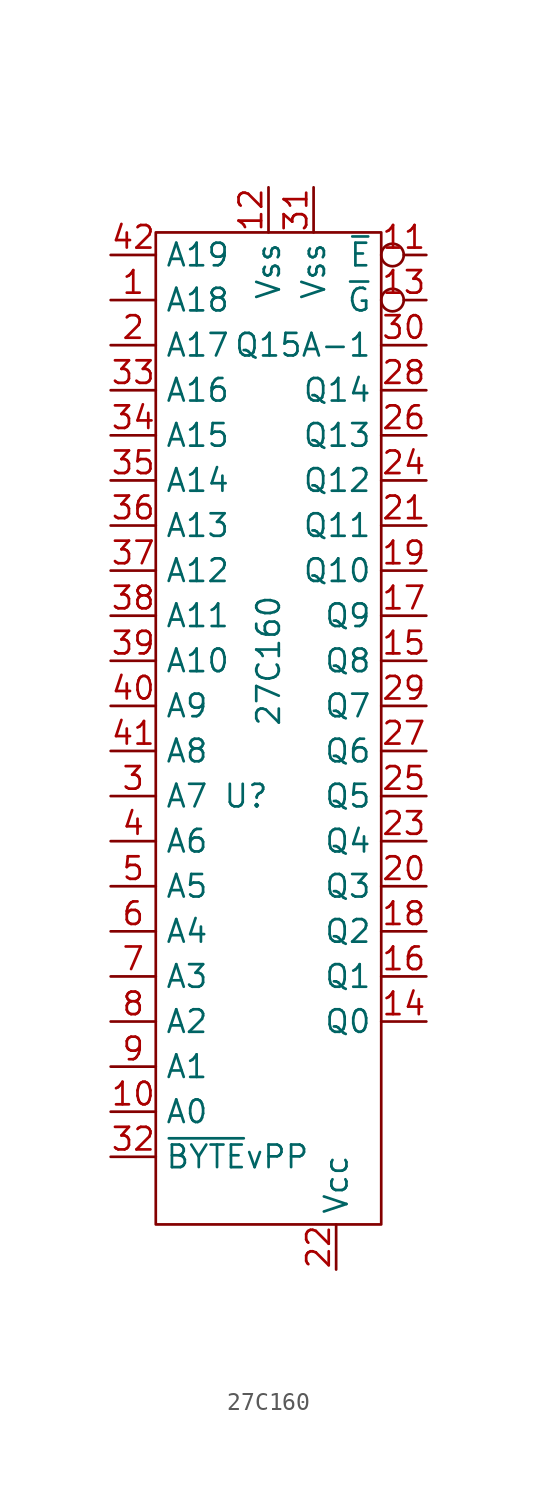
<source format=kicad_sym>
(kicad_symbol_lib
  (version 20211014)
  (generator kicad_symbol_editor)
  (symbol "27C160"
    (property "Reference" "U"
      (at -1.27 -6.35 0)
      (effects (font (size 1.27 1.27))))
    (property "Value" "27C160"
      (at 0 1.27 90)
      (effects (font (size 1.27 1.27))))
    (symbol "27C160_0_1"
      (rectangle (start -6.35 25.4) (end 6.35 -30.48) (stroke (width 0.152) (type default) (color 0 0 0 0)) (fill (type none))))
    (symbol "27C160_1_1"
      (pin input line (at -8.89 21.59 0) (length 2.54) (name "A18" (effects (font (size 1.27 1.27)))) (number "1" (effects (font (size 1.27 1.27)))))
      (pin input line (at -8.89 -24.13 0) (length 2.54) (name "A0" (effects (font (size 1.27 1.27)))) (number "10" (effects (font (size 1.27 1.27)))))
      (pin input inverted (at 8.89 24.13 180) (length 2.54) (name "~{E}" (effects (font (size 1.27 1.27)))) (number "11" (effects (font (size 1.27 1.27)))))
      (pin power_out line (at 0 27.94 270) (length 2.54) (name "Vss" (effects (font (size 1.27 1.27)))) (number "12" (effects (font (size 1.27 1.27)))))
      (pin input inverted (at 8.89 21.59 180) (length 2.54) (name "~{G}" (effects (font (size 1.27 1.27)))) (number "13" (effects (font (size 1.27 1.27)))))
      (pin output line (at 8.89 -19.05 180) (length 2.54) (name "Q0" (effects (font (size 1.27 1.27)))) (number "14" (effects (font (size 1.27 1.27)))))
      (pin output line (at 8.89 1.27 180) (length 2.54) (name "Q8" (effects (font (size 1.27 1.27)))) (number "15" (effects (font (size 1.27 1.27)))))
      (pin output line (at 8.89 -16.51 180) (length 2.54) (name "Q1" (effects (font (size 1.27 1.27)))) (number "16" (effects (font (size 1.27 1.27)))))
      (pin output line (at 8.89 3.81 180) (length 2.54) (name "Q9" (effects (font (size 1.27 1.27)))) (number "17" (effects (font (size 1.27 1.27)))))
      (pin output line (at 8.89 -13.97 180) (length 2.54) (name "Q2" (effects (font (size 1.27 1.27)))) (number "18" (effects (font (size 1.27 1.27)))))
      (pin output line (at 8.89 6.35 180) (length 2.54) (name "Q10" (effects (font (size 1.27 1.27)))) (number "19" (effects (font (size 1.27 1.27)))))
      (pin input line (at -8.89 19.05 0) (length 2.54) (name "A17" (effects (font (size 1.27 1.27)))) (number "2" (effects (font (size 1.27 1.27)))))
      (pin output line (at 8.89 -11.43 180) (length 2.54) (name "Q3" (effects (font (size 1.27 1.27)))) (number "20" (effects (font (size 1.27 1.27)))))
      (pin output line (at 8.89 8.89 180) (length 2.54) (name "Q11" (effects (font (size 1.27 1.27)))) (number "21" (effects (font (size 1.27 1.27)))))
      (pin power_in line (at 3.81 -33.02 90) (length 2.54) (name "Vcc" (effects (font (size 1.27 1.27)))) (number "22" (effects (font (size 1.27 1.27)))))
      (pin output line (at 8.89 -8.89 180) (length 2.54) (name "Q4" (effects (font (size 1.27 1.27)))) (number "23" (effects (font (size 1.27 1.27)))))
      (pin output line (at 8.89 11.43 180) (length 2.54) (name "Q12" (effects (font (size 1.27 1.27)))) (number "24" (effects (font (size 1.27 1.27)))))
      (pin output line (at 8.89 -6.35 180) (length 2.54) (name "Q5" (effects (font (size 1.27 1.27)))) (number "25" (effects (font (size 1.27 1.27)))))
      (pin output line (at 8.89 13.97 180) (length 2.54) (name "Q13" (effects (font (size 1.27 1.27)))) (number "26" (effects (font (size 1.27 1.27)))))
      (pin output line (at 8.89 -3.81 180) (length 2.54) (name "Q6" (effects (font (size 1.27 1.27)))) (number "27" (effects (font (size 1.27 1.27)))))
      (pin output line (at 8.89 16.51 180) (length 2.54) (name "Q14" (effects (font (size 1.27 1.27)))) (number "28" (effects (font (size 1.27 1.27)))))
      (pin output line (at 8.89 -1.27 180) (length 2.54) (name "Q7" (effects (font (size 1.27 1.27)))) (number "29" (effects (font (size 1.27 1.27)))))
      (pin input line (at -8.89 -6.35 0) (length 2.54) (name "A7" (effects (font (size 1.27 1.27)))) (number "3" (effects (font (size 1.27 1.27)))))
      (pin bidirectional line (at 8.89 19.05 180) (length 2.54) (name "Q15A-1" (effects (font (size 1.27 1.27)))) (number "30" (effects (font (size 1.27 1.27)))))
      (pin power_out line (at 2.54 27.94 270) (length 2.54) (name "Vss" (effects (font (size 1.27 1.27)))) (number "31" (effects (font (size 1.27 1.27)))))
      (pin input line (at -8.89 -26.67 0) (length 2.54) (name "~{BYTE}vPP" (effects (font (size 1.27 1.27)))) (number "32" (effects (font (size 1.27 1.27)))))
      (pin input line (at -8.89 16.51 0) (length 2.54) (name "A16" (effects (font (size 1.27 1.27)))) (number "33" (effects (font (size 1.27 1.27)))))
      (pin input line (at -8.89 13.97 0) (length 2.54) (name "A15" (effects (font (size 1.27 1.27)))) (number "34" (effects (font (size 1.27 1.27)))))
      (pin input line (at -8.89 11.43 0) (length 2.54) (name "A14" (effects (font (size 1.27 1.27)))) (number "35" (effects (font (size 1.27 1.27)))))
      (pin input line (at -8.89 8.89 0) (length 2.54) (name "A13" (effects (font (size 1.27 1.27)))) (number "36" (effects (font (size 1.27 1.27)))))
      (pin input line (at -8.89 6.35 0) (length 2.54) (name "A12" (effects (font (size 1.27 1.27)))) (number "37" (effects (font (size 1.27 1.27)))))
      (pin input line (at -8.89 3.81 0) (length 2.54) (name "A11" (effects (font (size 1.27 1.27)))) (number "38" (effects (font (size 1.27 1.27)))))
      (pin input line (at -8.89 1.27 0) (length 2.54) (name "A10" (effects (font (size 1.27 1.27)))) (number "39" (effects (font (size 1.27 1.27)))))
      (pin input line (at -8.89 -8.89 0) (length 2.54) (name "A6" (effects (font (size 1.27 1.27)))) (number "4" (effects (font (size 1.27 1.27)))))
      (pin input line (at -8.89 -1.27 0) (length 2.54) (name "A9" (effects (font (size 1.27 1.27)))) (number "40" (effects (font (size 1.27 1.27)))))
      (pin input line (at -8.89 -3.81 0) (length 2.54) (name "A8" (effects (font (size 1.27 1.27)))) (number "41" (effects (font (size 1.27 1.27)))))
      (pin input line (at -8.89 24.13 0) (length 2.54) (name "A19" (effects (font (size 1.27 1.27)))) (number "42" (effects (font (size 1.27 1.27)))))
      (pin input line (at -8.89 -11.43 0) (length 2.54) (name "A5" (effects (font (size 1.27 1.27)))) (number "5" (effects (font (size 1.27 1.27)))))
      (pin input line (at -8.89 -13.97 0) (length 2.54) (name "A4" (effects (font (size 1.27 1.27)))) (number "6" (effects (font (size 1.27 1.27)))))
      (pin input line (at -8.89 -16.51 0) (length 2.54) (name "A3" (effects (font (size 1.27 1.27)))) (number "7" (effects (font (size 1.27 1.27)))))
      (pin input line (at -8.89 -19.05 0) (length 2.54) (name "A2" (effects (font (size 1.27 1.27)))) (number "8" (effects (font (size 1.27 1.27)))))
      (pin input line (at -8.89 -21.59 0) (length 2.54) (name "A1" (effects (font (size 1.27 1.27)))) (number "9" (effects (font (size 1.27 1.27))))))))
</source>
